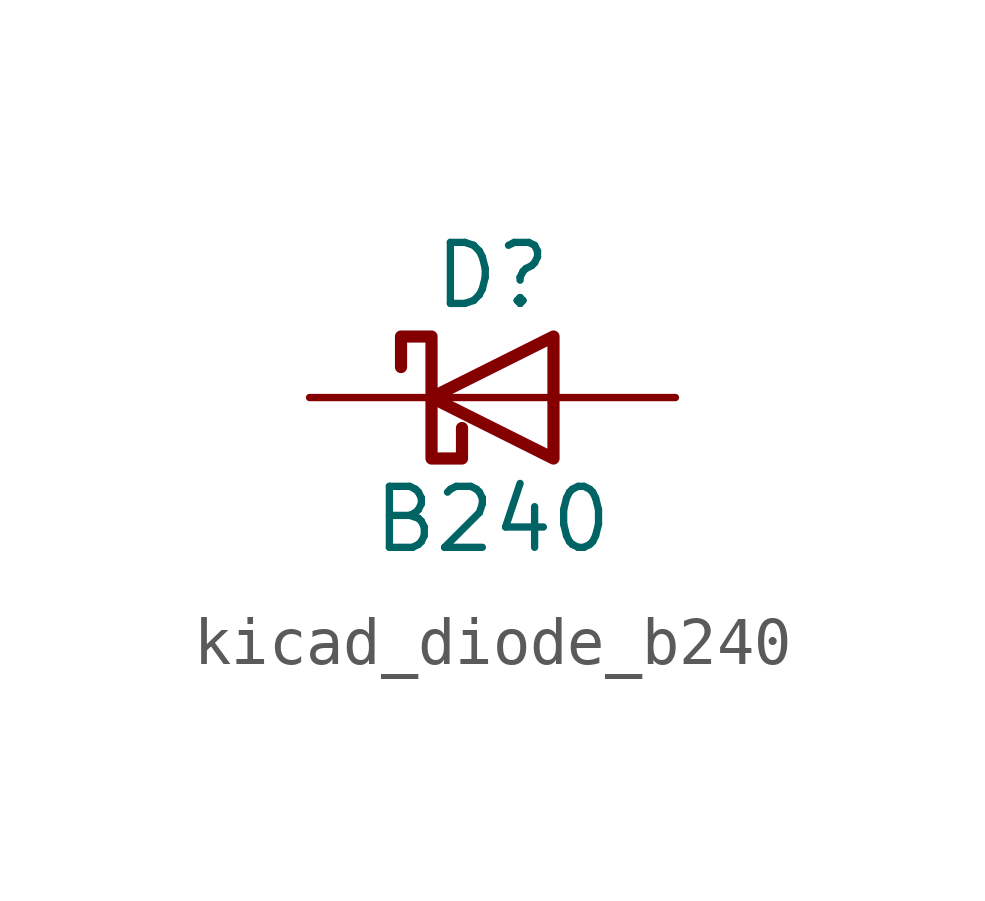
<source format=kicad_sym>
(kicad_symbol_lib
  (version 20220914)
  (generator kicad_symbol_editor)
  (symbol "kicad_diode_b240"
    (pin_numbers hide)
    (pin_names
      (offset 1.016) hide)
    (property "Reference" "D"
      (at 0 2.54 0)
      (effects (font (size 1.27 1.27))))
    (property "Value" "B240"
      (at 0 -2.54 0)
      (effects (font (size 1.27 1.27))))
    (symbol "kicad_diode_b240_0_1"
      (polyline (pts (xy 1.27 0) (xy -1.27 0)) (stroke (width 0) (type default)) (fill (type none)))
      (polyline (pts (xy 1.27 1.27) (xy 1.27 -1.27) (xy -1.27 0) (xy 1.27 1.27)) (stroke (width 0.254) (type default)) (fill (type none)))
      (polyline (pts (xy -1.905 0.635) (xy -1.905 1.27) (xy -1.27 1.27) (xy -1.27 -1.27) (xy -0.635 -1.27) (xy -0.635 -0.635)) (stroke (width 0.254) (type default)) (fill (type none))))
    (symbol "kicad_diode_b240_1_1"
      (pin passive line (at -3.81 0 0) (length 2.54) (name "K" (effects (font (size 1.27 1.27)))) (number "1" (effects (font (size 1.27 1.27)))))
      (pin passive line (at 3.81 0 180) (length 2.54) (name "A" (effects (font (size 1.27 1.27)))) (number "2" (effects (font (size 1.27 1.27))))))))
</source>
